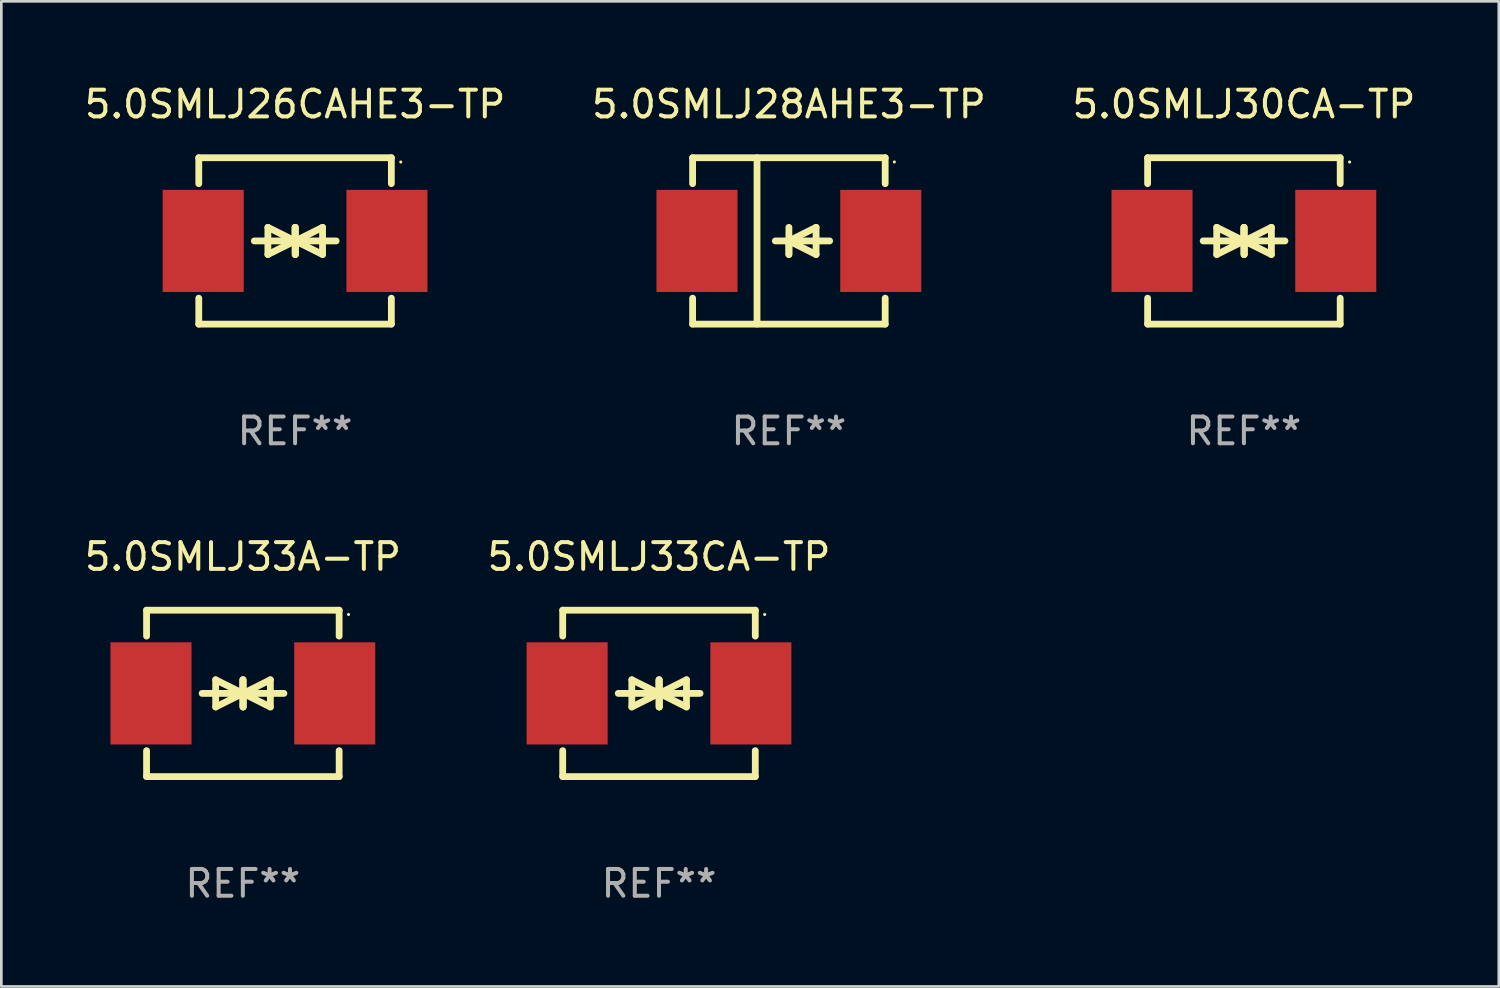
<source format=kicad_pcb>
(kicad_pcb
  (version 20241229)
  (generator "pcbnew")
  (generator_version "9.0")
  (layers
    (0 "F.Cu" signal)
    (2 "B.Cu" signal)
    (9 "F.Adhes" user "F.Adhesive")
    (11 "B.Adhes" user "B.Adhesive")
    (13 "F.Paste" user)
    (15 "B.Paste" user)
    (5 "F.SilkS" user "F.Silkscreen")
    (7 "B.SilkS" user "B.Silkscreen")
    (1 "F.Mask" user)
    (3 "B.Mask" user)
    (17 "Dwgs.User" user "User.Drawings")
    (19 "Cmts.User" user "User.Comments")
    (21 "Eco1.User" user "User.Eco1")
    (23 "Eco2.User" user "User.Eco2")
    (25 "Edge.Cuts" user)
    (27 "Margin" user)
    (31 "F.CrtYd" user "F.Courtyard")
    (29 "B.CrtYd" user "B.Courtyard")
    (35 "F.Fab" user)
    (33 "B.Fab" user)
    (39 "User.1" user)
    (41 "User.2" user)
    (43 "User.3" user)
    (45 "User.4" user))
  (footprint "5.0SMLJ26CAHE3-TP"
    (layer "F.Cu")
    (at 7.982 5.958)
    (property "Reference" "5.0SMLJ26CAHE3-TP" (at 0 -5.11 0) (layer "F.SilkS") (effects (font (size 1 1) (thickness 0.15))))
    (attr through_hole)
    (fp_line (start -3.6 -2.141) (end -3.6 -3.11) (stroke (width 0.254) (type solid)) (layer "F.SilkS"))
    (fp_line (start -3.6 3.11) (end -3.6 2.141) (stroke (width 0.254) (type solid)) (layer "F.SilkS"))
    (fp_line (start -1.524 0) (end 0.508 0) (stroke (width 0.254) (type solid)) (layer "F.SilkS"))
    (fp_line (start -1.016 -0.508) (end -1.016 0.508) (stroke (width 0.254) (type solid)) (layer "F.SilkS"))
    (fp_line (start -1.016 0.508) (end 0 0) (stroke (width 0.254) (type solid)) (layer "F.SilkS"))
    (fp_line (start 0 -0.508) (end 0 0.508) (stroke (width 0.254) (type solid)) (layer "F.SilkS"))
    (fp_line (start 0 0) (end -1.016 -0.508) (stroke (width 0.254) (type solid)) (layer "F.SilkS"))
    (fp_line (start 0 0) (end 0 -0.508) (stroke (width 0.254) (type solid)) (layer "F.SilkS"))
    (fp_line (start 0.012 0) (end 0.012 0.508) (stroke (width 0.254) (type solid)) (layer "F.SilkS"))
    (fp_line (start 0.012 0) (end 1.028 0.508) (stroke (width 0.254) (type solid)) (layer "F.SilkS"))
    (fp_line (start 0.012 0.508) (end 0.012 -0.508) (stroke (width 0.254) (type solid)) (layer "F.SilkS"))
    (fp_line (start 1.028 -0.508) (end 0.012 0) (stroke (width 0.254) (type solid)) (layer "F.SilkS"))
    (fp_line (start 1.028 0.508) (end 1.028 -0.508) (stroke (width 0.254) (type solid)) (layer "F.SilkS"))
    (fp_line (start 1.536 0) (end -0.496 0) (stroke (width 0.254) (type solid)) (layer "F.SilkS"))
    (fp_line (start 3.6 -3.11) (end -3.6 -3.11) (stroke (width 0.254) (type solid)) (layer "F.SilkS"))
    (fp_line (start 3.6 -2.141) (end 3.6 -3.11) (stroke (width 0.254) (type solid)) (layer "F.SilkS"))
    (fp_line (start 3.6 3.11) (end -3.6 3.11) (stroke (width 0.254) (type solid)) (layer "F.SilkS"))
    (fp_line (start 3.6 3.11) (end 3.6 2.141) (stroke (width 0.254) (type solid)) (layer "F.SilkS"))
    (fp_circle (center 3.952 -2.95) (end 3.982 -2.95) (stroke (width 0.06) (type solid)) (fill no) (layer "F.SilkS"))
    (fp_text user "REF**" (at 0 7.11 0) (layer "F.Fab") (effects (font (size 1 1) (thickness 0.15))))
    (pad "1" smd rect (at 3.435 0) (size 3.03 3.82) (layers "F.Cu" "F.Mask" "F.Paste"))
    (pad "2" smd rect (at -3.435 0) (size 3.03 3.82) (layers "F.Cu" "F.Mask" "F.Paste")))
  (footprint "5.0SMLJ28AHE3-TP"
    (layer "F.Cu")
    (at 26.446 5.958)
    (property "Reference" "5.0SMLJ28AHE3-TP" (at 0 -5.11 0) (layer "F.SilkS") (effects (font (size 1 1) (thickness 0.15))))
    (attr through_hole)
    (fp_line (start -3.6 -3.11) (end -3.6 -2.141) (stroke (width 0.254) (type solid)) (layer "F.SilkS"))
    (fp_line (start -3.6 -3.11) (end 3.6 -3.11) (stroke (width 0.254) (type solid)) (layer "F.SilkS"))
    (fp_line (start -3.6 2.141) (end -3.6 3.11) (stroke (width 0.254) (type solid)) (layer "F.SilkS"))
    (fp_line (start -3.6 3.11) (end 3.6 3.11) (stroke (width 0.254) (type solid)) (layer "F.SilkS"))
    (fp_line (start -1.192 -3.11) (end -1.192 3.11) (stroke (width 0.254) (type solid)) (layer "F.SilkS"))
    (fp_line (start 0 0) (end 0 0.508) (stroke (width 0.254) (type solid)) (layer "F.SilkS"))
    (fp_line (start 0 0) (end 1.016 0.508) (stroke (width 0.254) (type solid)) (layer "F.SilkS"))
    (fp_line (start 0 0.508) (end 0 -0.508) (stroke (width 0.254) (type solid)) (layer "F.SilkS"))
    (fp_line (start 1.016 -0.508) (end 0 0) (stroke (width 0.254) (type solid)) (layer "F.SilkS"))
    (fp_line (start 1.016 0.508) (end 1.016 -0.508) (stroke (width 0.254) (type solid)) (layer "F.SilkS"))
    (fp_line (start 1.524 0) (end -0.508 0) (stroke (width 0.254) (type solid)) (layer "F.SilkS"))
    (fp_line (start 3.6 -3.11) (end 3.6 -2.141) (stroke (width 0.254) (type solid)) (layer "F.SilkS"))
    (fp_line (start 3.6 2.141) (end 3.6 3.11) (stroke (width 0.254) (type solid)) (layer "F.SilkS"))
    (fp_circle (center 3.943 -2.952) (end 3.973 -2.952) (stroke (width 0.06) (type solid)) (fill no) (layer "F.SilkS"))
    (fp_text user "REF**" (at 0 7.11 0) (layer "F.Fab") (effects (font (size 1 1) (thickness 0.15))))
    (pad "1" smd rect (at 3.435 0 180) (size 3.03 3.82) (layers "F.Cu" "F.Mask" "F.Paste"))
    (pad "2" smd rect (at -3.435 0 180) (size 3.03 3.82) (layers "F.Cu" "F.Mask" "F.Paste")))
  (footprint "5.0SMLJ30CA-TP"
    (layer "F.Cu")
    (at 43.458 5.958)
    (property "Reference" "5.0SMLJ30CA-TP" (at 0 -5.11 0) (layer "F.SilkS") (effects (font (size 1 1) (thickness 0.15))))
    (attr through_hole)
    (fp_line (start -3.6 -2.141) (end -3.6 -3.11) (stroke (width 0.254) (type solid)) (layer "F.SilkS"))
    (fp_line (start -3.6 3.11) (end -3.6 2.141) (stroke (width 0.254) (type solid)) (layer "F.SilkS"))
    (fp_line (start -1.524 0) (end 0.508 0) (stroke (width 0.254) (type solid)) (layer "F.SilkS"))
    (fp_line (start -1.016 -0.508) (end -1.016 0.508) (stroke (width 0.254) (type solid)) (layer "F.SilkS"))
    (fp_line (start -1.016 0.508) (end 0 0) (stroke (width 0.254) (type solid)) (layer "F.SilkS"))
    (fp_line (start 0 -0.508) (end 0 0.508) (stroke (width 0.254) (type solid)) (layer "F.SilkS"))
    (fp_line (start 0 0) (end -1.016 -0.508) (stroke (width 0.254) (type solid)) (layer "F.SilkS"))
    (fp_line (start 0 0) (end 0 -0.508) (stroke (width 0.254) (type solid)) (layer "F.SilkS"))
    (fp_line (start 0.012 0) (end 0.012 0.508) (stroke (width 0.254) (type solid)) (layer "F.SilkS"))
    (fp_line (start 0.012 0) (end 1.028 0.508) (stroke (width 0.254) (type solid)) (layer "F.SilkS"))
    (fp_line (start 0.012 0.508) (end 0.012 -0.508) (stroke (width 0.254) (type solid)) (layer "F.SilkS"))
    (fp_line (start 1.028 -0.508) (end 0.012 0) (stroke (width 0.254) (type solid)) (layer "F.SilkS"))
    (fp_line (start 1.028 0.508) (end 1.028 -0.508) (stroke (width 0.254) (type solid)) (layer "F.SilkS"))
    (fp_line (start 1.536 0) (end -0.496 0) (stroke (width 0.254) (type solid)) (layer "F.SilkS"))
    (fp_line (start 3.6 -3.11) (end -3.6 -3.11) (stroke (width 0.254) (type solid)) (layer "F.SilkS"))
    (fp_line (start 3.6 -2.141) (end 3.6 -3.11) (stroke (width 0.254) (type solid)) (layer "F.SilkS"))
    (fp_line (start 3.6 3.11) (end -3.6 3.11) (stroke (width 0.254) (type solid)) (layer "F.SilkS"))
    (fp_line (start 3.6 3.11) (end 3.6 2.141) (stroke (width 0.254) (type solid)) (layer "F.SilkS"))
    (fp_circle (center 3.952 -2.95) (end 3.982 -2.95) (stroke (width 0.06) (type solid)) (fill no) (layer "F.SilkS"))
    (fp_text user "REF**" (at 0 7.11 0) (layer "F.Fab") (effects (font (size 1 1) (thickness 0.15))))
    (pad "1" smd rect (at 3.435 0) (size 3.03 3.82) (layers "F.Cu" "F.Mask" "F.Paste"))
    (pad "2" smd rect (at -3.435 0) (size 3.03 3.82) (layers "F.Cu" "F.Mask" "F.Paste")))
  (footprint "5.0SMLJ33CA-TP"
    (layer "F.Cu")
    (at 21.589 22.875)
    (property "Reference" "5.0SMLJ33CA-TP" (at 0 -5.11 0) (layer "F.SilkS") (effects (font (size 1 1) (thickness 0.15))))
    (attr through_hole)
    (fp_line (start -3.6 -2.141) (end -3.6 -3.11) (stroke (width 0.254) (type solid)) (layer "F.SilkS"))
    (fp_line (start -3.6 3.11) (end -3.6 2.141) (stroke (width 0.254) (type solid)) (layer "F.SilkS"))
    (fp_line (start -1.524 0) (end 0.508 0) (stroke (width 0.254) (type solid)) (layer "F.SilkS"))
    (fp_line (start -1.016 -0.508) (end -1.016 0.508) (stroke (width 0.254) (type solid)) (layer "F.SilkS"))
    (fp_line (start -1.016 0.508) (end 0 0) (stroke (width 0.254) (type solid)) (layer "F.SilkS"))
    (fp_line (start 0 -0.508) (end 0 0.508) (stroke (width 0.254) (type solid)) (layer "F.SilkS"))
    (fp_line (start 0 0) (end -1.016 -0.508) (stroke (width 0.254) (type solid)) (layer "F.SilkS"))
    (fp_line (start 0 0) (end 0 -0.508) (stroke (width 0.254) (type solid)) (layer "F.SilkS"))
    (fp_line (start 0.012 0) (end 0.012 0.508) (stroke (width 0.254) (type solid)) (layer "F.SilkS"))
    (fp_line (start 0.012 0) (end 1.028 0.508) (stroke (width 0.254) (type solid)) (layer "F.SilkS"))
    (fp_line (start 0.012 0.508) (end 0.012 -0.508) (stroke (width 0.254) (type solid)) (layer "F.SilkS"))
    (fp_line (start 1.028 -0.508) (end 0.012 0) (stroke (width 0.254) (type solid)) (layer "F.SilkS"))
    (fp_line (start 1.028 0.508) (end 1.028 -0.508) (stroke (width 0.254) (type solid)) (layer "F.SilkS"))
    (fp_line (start 1.536 0) (end -0.496 0) (stroke (width 0.254) (type solid)) (layer "F.SilkS"))
    (fp_line (start 3.6 -3.11) (end -3.6 -3.11) (stroke (width 0.254) (type solid)) (layer "F.SilkS"))
    (fp_line (start 3.6 -2.141) (end 3.6 -3.11) (stroke (width 0.254) (type solid)) (layer "F.SilkS"))
    (fp_line (start 3.6 3.11) (end -3.6 3.11) (stroke (width 0.254) (type solid)) (layer "F.SilkS"))
    (fp_line (start 3.6 3.11) (end 3.6 2.141) (stroke (width 0.254) (type solid)) (layer "F.SilkS"))
    (fp_circle (center 3.952 -2.95) (end 3.982 -2.95) (stroke (width 0.06) (type solid)) (fill no) (layer "F.SilkS"))
    (fp_text user "REF**" (at 0 7.11 0) (layer "F.Fab") (effects (font (size 1 1) (thickness 0.15))))
    (pad "1" smd rect (at 3.435 0) (size 3.03 3.82) (layers "F.Cu" "F.Mask" "F.Paste"))
    (pad "2" smd rect (at -3.435 0) (size 3.03 3.82) (layers "F.Cu" "F.Mask" "F.Paste")))
  (footprint "5.0SMLJ33A-TP"
    (layer "F.Cu")
    (at 6.03 22.875)
    (property "Reference" "5.0SMLJ33A-TP" (at 0 -5.11 0) (layer "F.SilkS") (effects (font (size 1 1) (thickness 0.15))))
    (attr through_hole)
    (fp_line (start -3.6 -2.141) (end -3.6 -3.11) (stroke (width 0.254) (type solid)) (layer "F.SilkS"))
    (fp_line (start -3.6 3.11) (end -3.6 2.141) (stroke (width 0.254) (type solid)) (layer "F.SilkS"))
    (fp_line (start -1.524 0) (end 0.508 0) (stroke (width 0.254) (type solid)) (layer "F.SilkS"))
    (fp_line (start -1.016 -0.508) (end -1.016 0.508) (stroke (width 0.254) (type solid)) (layer "F.SilkS"))
    (fp_line (start -1.016 0.508) (end 0 0) (stroke (width 0.254) (type solid)) (layer "F.SilkS"))
    (fp_line (start 0 -0.508) (end 0 0.508) (stroke (width 0.254) (type solid)) (layer "F.SilkS"))
    (fp_line (start 0 0) (end -1.016 -0.508) (stroke (width 0.254) (type solid)) (layer "F.SilkS"))
    (fp_line (start 0 0) (end 0 -0.508) (stroke (width 0.254) (type solid)) (layer "F.SilkS"))
    (fp_line (start 0.012 0) (end 0.012 0.508) (stroke (width 0.254) (type solid)) (layer "F.SilkS"))
    (fp_line (start 0.012 0) (end 1.028 0.508) (stroke (width 0.254) (type solid)) (layer "F.SilkS"))
    (fp_line (start 0.012 0.508) (end 0.012 -0.508) (stroke (width 0.254) (type solid)) (layer "F.SilkS"))
    (fp_line (start 1.028 -0.508) (end 0.012 0) (stroke (width 0.254) (type solid)) (layer "F.SilkS"))
    (fp_line (start 1.028 0.508) (end 1.028 -0.508) (stroke (width 0.254) (type solid)) (layer "F.SilkS"))
    (fp_line (start 1.536 0) (end -0.496 0) (stroke (width 0.254) (type solid)) (layer "F.SilkS"))
    (fp_line (start 3.6 -3.11) (end -3.6 -3.11) (stroke (width 0.254) (type solid)) (layer "F.SilkS"))
    (fp_line (start 3.6 -2.141) (end 3.6 -3.11) (stroke (width 0.254) (type solid)) (layer "F.SilkS"))
    (fp_line (start 3.6 3.11) (end -3.6 3.11) (stroke (width 0.254) (type solid)) (layer "F.SilkS"))
    (fp_line (start 3.6 3.11) (end 3.6 2.141) (stroke (width 0.254) (type solid)) (layer "F.SilkS"))
    (fp_circle (center 3.952 -2.95) (end 3.982 -2.95) (stroke (width 0.06) (type solid)) (fill no) (layer "F.SilkS"))
    (fp_text user "REF**" (at 0 7.11 0) (layer "F.Fab") (effects (font (size 1 1) (thickness 0.15))))
    (pad "1" smd rect (at 3.435 0) (size 3.03 3.82) (layers "F.Cu" "F.Mask" "F.Paste"))
    (pad "2" smd rect (at -3.435 0) (size 3.03 3.82) (layers "F.Cu" "F.Mask" "F.Paste")))
  (gr_rect
    (start -3 -3)
    (end 52.988 33.833)
    (stroke (width 0.1) (type default))
    (fill no)
    (layer "Edge.Cuts")))
</source>
